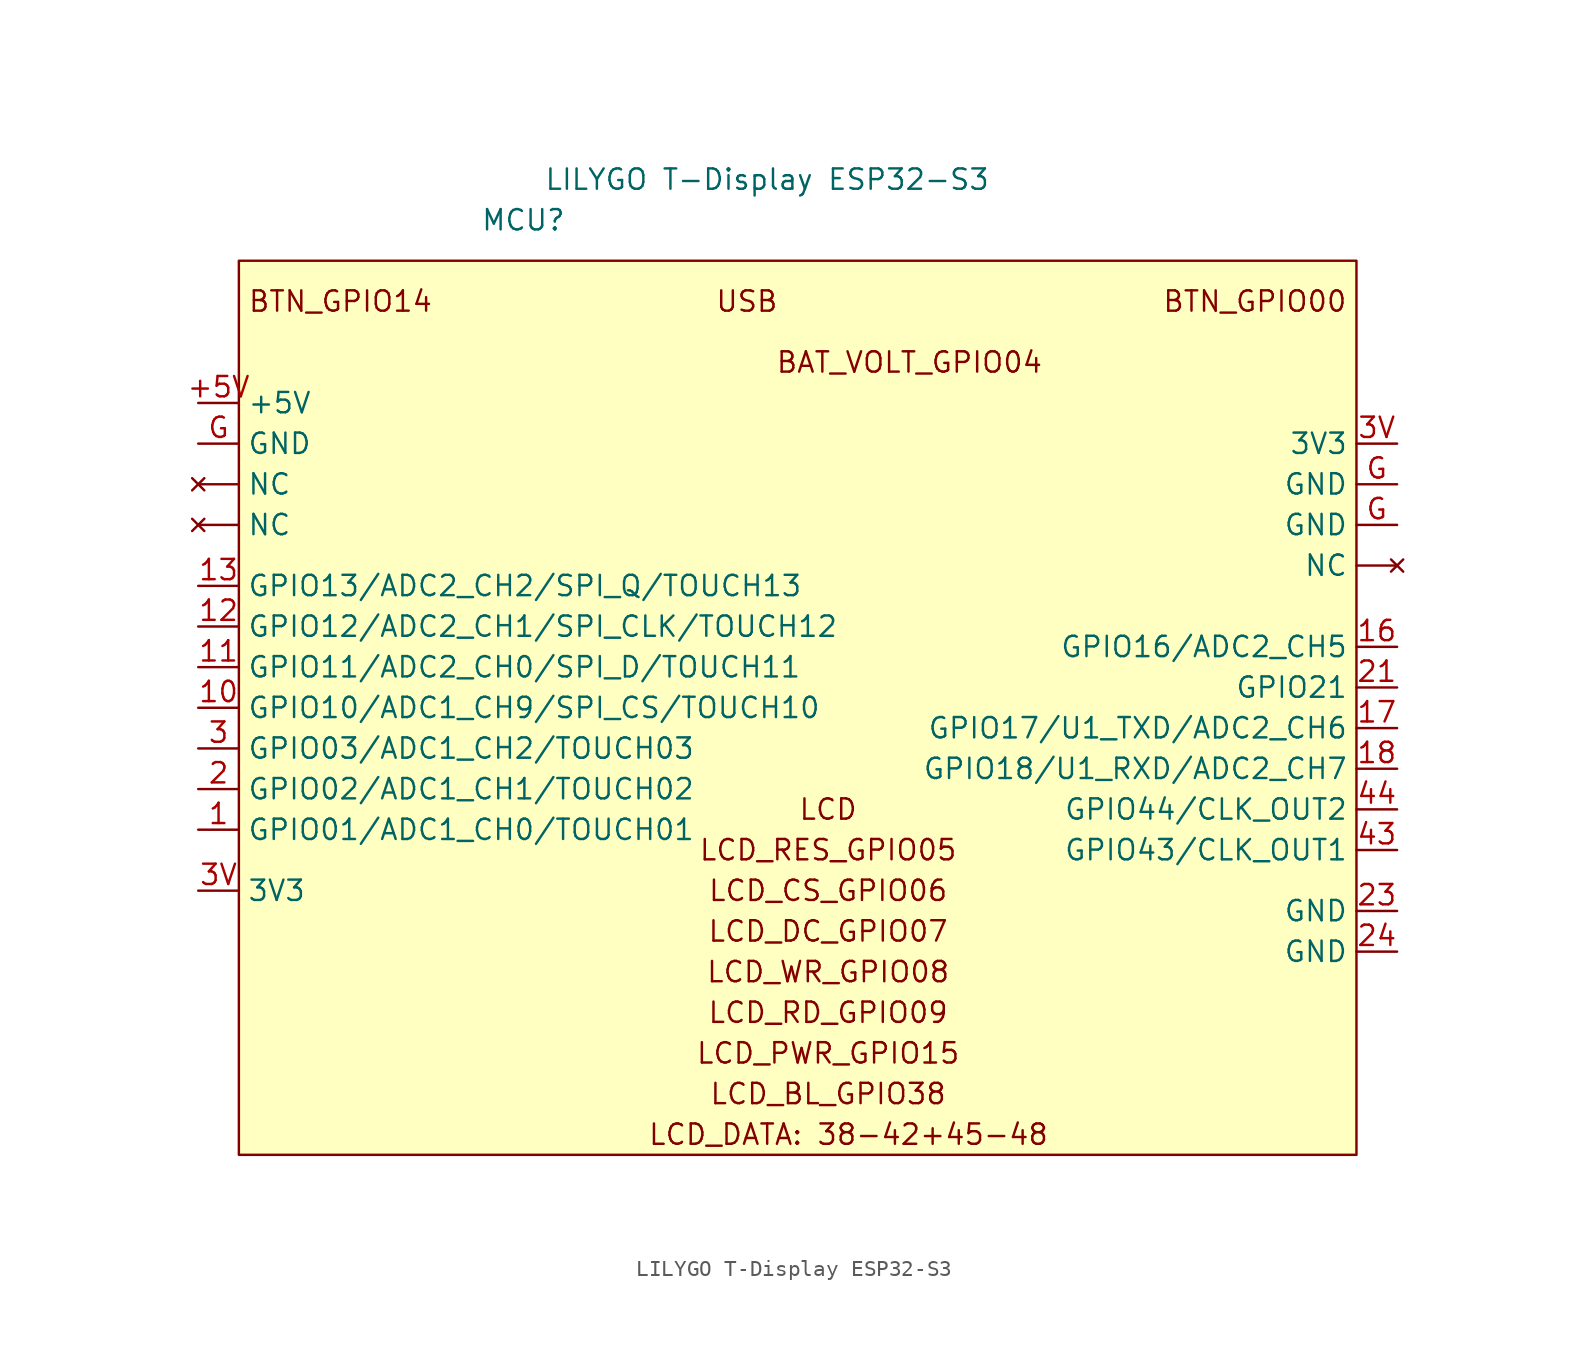
<source format=kicad_sym>
(kicad_symbol_lib
  (version 20211014)
  (generator kicad_symbol_editor)
  (symbol "LILYGO T-Display ESP32-S3"
    (property "Reference" "MCU"
      (at -13.97 0 0)
      (effects (font (size 1.27 1.27))))
    (property "Value" "LILYGO T-Display ESP32-S3"
      (at 1.27 2.54 0)
      (effects (font (size 1.27 1.27))))
    (symbol "LILYGO T-Display ESP32-S3_0_0"
      (text "BAT_VOLT_GPIO04" (at 10.16 -8.89 0) (effects (font (size 1.27 1.27))))
      (text "BTN_GPIO00" (at 31.75 -5.08 0) (effects (font (size 1.27 1.27))))
      (text "BTN_GPIO14" (at -25.4 -5.08 0) (effects (font (size 1.27 1.27))))
      (text "LCD" (at 5.08 -36.83 0) (effects (font (size 1.27 1.27))))
      (text "LCD_BL_GPIO38" (at 5.08 -54.61 0) (effects (font (size 1.27 1.27))))
      (text "LCD_CS_GPIO06" (at 5.08 -41.91 0) (effects (font (size 1.27 1.27))))
      (text "LCD_DATA: 38-42+45-48" (at 6.35 -57.15 0) (effects (font (size 1.27 1.27))))
      (text "LCD_DC_GPIO07" (at 5.08 -44.45 0) (effects (font (size 1.27 1.27))))
      (text "LCD_PWR_GPIO15" (at 5.08 -52.07 0) (effects (font (size 1.27 1.27))))
      (text "LCD_RD_GPIO09" (at 5.08 -49.53 0) (effects (font (size 1.27 1.27))))
      (text "LCD_RES_GPIO05" (at 5.08 -39.37 0) (effects (font (size 1.27 1.27))))
      (text "LCD_WR_GPIO08" (at 5.08 -46.99 0) (effects (font (size 1.27 1.27))))
      (text "USB" (at 0 -5.08 0) (effects (font (size 1.27 1.27)))))
    (symbol "LILYGO T-Display ESP32-S3_0_1"
      (rectangle (start -31.75 -2.54) (end 38.1 -58.42) (stroke (width 0) (type default) (color 0 0 0 0)) (fill (type background))))
    (symbol "LILYGO T-Display ESP32-S3_1_1"
      (pin no_connect line (at -34.29 -19.05 0) (length 2.54) (name "NC" (effects (font (size 1.27 1.27)))) (number "" (effects (font (size 1.27 1.27)))))
      (pin no_connect line (at -34.29 -16.51 0) (length 2.54) (name "NC" (effects (font (size 1.27 1.27)))) (number "" (effects (font (size 1.27 1.27)))))
      (pin no_connect line (at 40.64 -21.59 180) (length 2.54) (name "NC" (effects (font (size 1.27 1.27)))) (number "" (effects (font (size 1.27 1.27)))))
      (pin power_in line (at -34.29 -11.43 0) (length 2.54) (name "+5V" (effects (font (size 1.27 1.27)))) (number "+5V" (effects (font (size 1.27 1.27)))))
      (pin bidirectional line (at -34.29 -38.1 0) (length 2.54) (name "GPIO01/ADC1_CH0/TOUCH01" (effects (font (size 1.27 1.27)))) (number "1" (effects (font (size 1.27 1.27)))))
      (pin bidirectional line (at -34.29 -30.48 0) (length 2.54) (name "GPIO10/ADC1_CH9/SPI_CS/TOUCH10" (effects (font (size 1.27 1.27)))) (number "10" (effects (font (size 1.27 1.27)))))
      (pin bidirectional line (at -34.29 -27.94 0) (length 2.54) (name "GPIO11/ADC2_CH0/SPI_D/TOUCH11" (effects (font (size 1.27 1.27)))) (number "11" (effects (font (size 1.27 1.27)))))
      (pin bidirectional line (at -34.29 -25.4 0) (length 2.54) (name "GPIO12/ADC2_CH1/SPI_CLK/TOUCH12" (effects (font (size 1.27 1.27)))) (number "12" (effects (font (size 1.27 1.27)))))
      (pin bidirectional line (at -34.29 -22.86 0) (length 2.54) (name "GPIO13/ADC2_CH2/SPI_Q/TOUCH13" (effects (font (size 1.27 1.27)))) (number "13" (effects (font (size 1.27 1.27)))))
      (pin bidirectional line (at 40.64 -26.67 180) (length 2.54) (name "GPIO16/ADC2_CH5" (effects (font (size 1.27 1.27)))) (number "16" (effects (font (size 1.27 1.27)))))
      (pin bidirectional line (at 40.64 -31.75 180) (length 2.54) (name "GPIO17/U1_TXD/ADC2_CH6" (effects (font (size 1.27 1.27)))) (number "17" (effects (font (size 1.27 1.27)))))
      (pin bidirectional line (at 40.64 -34.29 180) (length 2.54) (name "GPIO18/U1_RXD/ADC2_CH7" (effects (font (size 1.27 1.27)))) (number "18" (effects (font (size 1.27 1.27)))))
      (pin bidirectional line (at -34.29 -35.56 0) (length 2.54) (name "GPIO02/ADC1_CH1/TOUCH02" (effects (font (size 1.27 1.27)))) (number "2" (effects (font (size 1.27 1.27)))))
      (pin bidirectional line (at 40.64 -29.21 180) (length 2.54) (name "GPIO21" (effects (font (size 1.27 1.27)))) (number "21" (effects (font (size 1.27 1.27)))))
      (pin power_in line (at 40.64 -43.18 180) (length 2.54) (name "GND" (effects (font (size 1.27 1.27)))) (number "23" (effects (font (size 1.27 1.27)))))
      (pin power_in line (at 40.64 -45.72 180) (length 2.54) (name "GND" (effects (font (size 1.27 1.27)))) (number "24" (effects (font (size 1.27 1.27)))))
      (pin bidirectional line (at -34.29 -33.02 0) (length 2.54) (name "GPIO03/ADC1_CH2/TOUCH03" (effects (font (size 1.27 1.27)))) (number "3" (effects (font (size 1.27 1.27)))))
      (pin power_in line (at -34.29 -41.91 0) (length 2.54) (name "3V3" (effects (font (size 1.27 1.27)))) (number "3V" (effects (font (size 1.27 1.27)))))
      (pin power_in line (at 40.64 -13.97 180) (length 2.54) (name "3V3" (effects (font (size 1.27 1.27)))) (number "3V" (effects (font (size 1.27 1.27)))))
      (pin bidirectional line (at 40.64 -39.37 180) (length 2.54) (name "GPIO43/CLK_OUT1" (effects (font (size 1.27 1.27)))) (number "43" (effects (font (size 1.27 1.27)))))
      (pin bidirectional line (at 40.64 -36.83 180) (length 2.54) (name "GPIO44/CLK_OUT2" (effects (font (size 1.27 1.27)))) (number "44" (effects (font (size 1.27 1.27)))))
      (pin power_in line (at -34.29 -13.97 0) (length 2.54) (name "GND" (effects (font (size 1.27 1.27)))) (number "G" (effects (font (size 1.27 1.27)))))
      (pin power_in line (at 40.64 -19.05 180) (length 2.54) (name "GND" (effects (font (size 1.27 1.27)))) (number "G" (effects (font (size 1.27 1.27)))))
      (pin power_in line (at 40.64 -16.51 180) (length 2.54) (name "GND" (effects (font (size 1.27 1.27)))) (number "G" (effects (font (size 1.27 1.27))))))))
</source>
